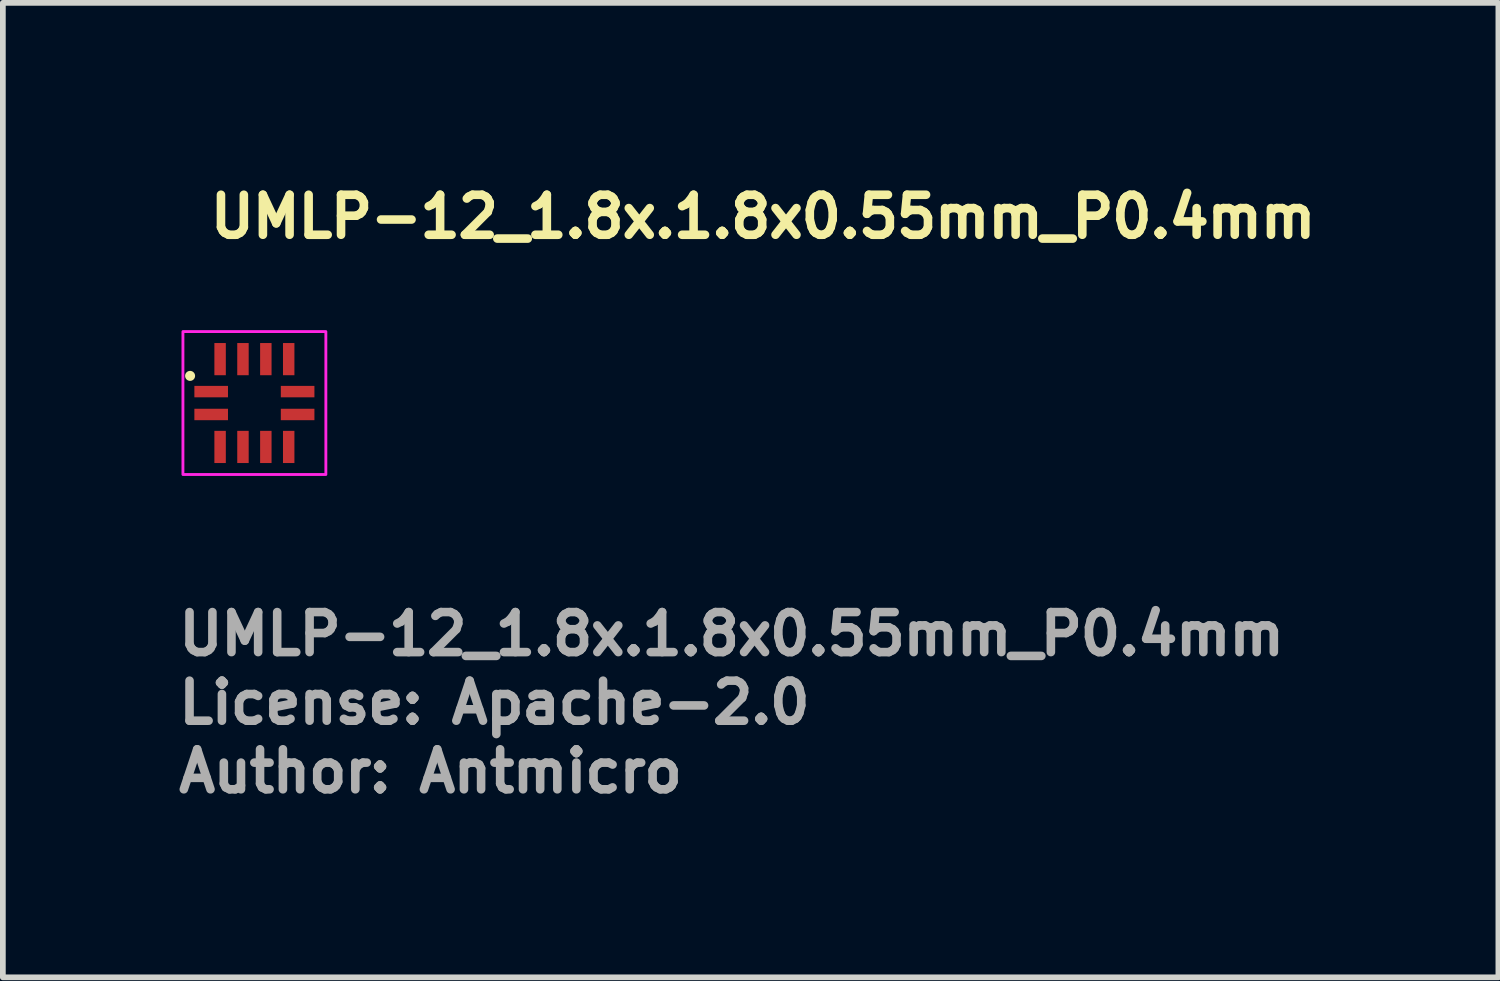
<source format=kicad_pcb>
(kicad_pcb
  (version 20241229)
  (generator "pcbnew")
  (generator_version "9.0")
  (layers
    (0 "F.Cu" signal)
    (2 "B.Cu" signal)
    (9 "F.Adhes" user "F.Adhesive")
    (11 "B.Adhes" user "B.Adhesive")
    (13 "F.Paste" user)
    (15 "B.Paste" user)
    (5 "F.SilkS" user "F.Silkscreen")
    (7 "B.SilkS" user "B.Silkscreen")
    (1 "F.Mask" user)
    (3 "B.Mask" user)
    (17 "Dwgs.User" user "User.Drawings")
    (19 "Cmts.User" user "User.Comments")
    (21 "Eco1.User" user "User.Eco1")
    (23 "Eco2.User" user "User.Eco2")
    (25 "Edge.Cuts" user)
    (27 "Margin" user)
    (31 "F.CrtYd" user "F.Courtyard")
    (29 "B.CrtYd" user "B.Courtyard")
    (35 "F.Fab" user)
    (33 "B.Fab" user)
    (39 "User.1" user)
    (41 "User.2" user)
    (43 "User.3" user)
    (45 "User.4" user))
  (footprint "UMLP-12_1.8x.1.8x0.55mm_P0.4mm"
    (layer "F.Cu")
    (at 1.4 4)
    (property "Reference" "UMLP-12_1.8x.1.8x0.55mm_P0.4mm" (at -0.85 -2.85 0) (layer "F.SilkS") (effects (font (size 0.7 0.7) (thickness 0.15)) (justify left bottom)))
    (attr smd)
    (fp_circle (center -1.125 -0.475) (end -1.075 -0.475) (stroke (width 0.075) (type solid)) (fill yes) (layer "F.SilkS"))
    (fp_rect (start -1.25 -1.25) (end 1.25 1.25) (stroke (width 0.05) (type solid)) (fill no) (layer "F.CrtYd"))
    (fp_rect (start -0.95 -0.95) (end 0.95 0.95) (stroke (width 0.1) (type solid)) (fill no) (layer "User.5"))
    (fp_line (start -0.95 -0.3) (end -0.9 -0.3) (stroke (width 0.02) (type solid)) (layer "User.9"))
    (fp_line (start -0.95 -0.1) (end -0.95 -0.3) (stroke (width 0.02) (type solid)) (layer "User.9"))
    (fp_line (start -0.95 -0.1) (end -0.9 -0.1) (stroke (width 0.02) (type solid)) (layer "User.9"))
    (fp_line (start -0.95 0.1) (end -0.9 0.1) (stroke (width 0.02) (type solid)) (layer "User.9"))
    (fp_line (start -0.95 0.3) (end -0.95 0.1) (stroke (width 0.02) (type solid)) (layer "User.9"))
    (fp_line (start -0.95 0.3) (end -0.9 0.3) (stroke (width 0.02) (type solid)) (layer "User.9"))
    (fp_line (start -0.9 -0.9) (end 0.9 -0.9) (stroke (width 0.02) (type solid)) (layer "User.9"))
    (fp_line (start -0.9 0.9) (end -0.9 -0.9) (stroke (width 0.02) (type solid)) (layer "User.9"))
    (fp_line (start -0.9 0.9) (end 0.9 0.9) (stroke (width 0.02) (type solid)) (layer "User.9"))
    (fp_line (start -0.788 -0.675) (end -0.784 -0.646) (stroke (width 0.02) (type solid)) (layer "User.9"))
    (fp_line (start -0.784 -0.704) (end -0.788 -0.675) (stroke (width 0.02) (type solid)) (layer "User.9"))
    (fp_line (start -0.784 -0.646) (end -0.772 -0.619) (stroke (width 0.02) (type solid)) (layer "User.9"))
    (fp_line (start -0.772 -0.731) (end -0.784 -0.704) (stroke (width 0.02) (type solid)) (layer "User.9"))
    (fp_line (start -0.772 -0.619) (end -0.755 -0.595) (stroke (width 0.02) (type solid)) (layer "User.9"))
    (fp_line (start -0.755 -0.755) (end -0.772 -0.731) (stroke (width 0.02) (type solid)) (layer "User.9"))
    (fp_line (start -0.755 -0.595) (end -0.731 -0.578) (stroke (width 0.02) (type solid)) (layer "User.9"))
    (fp_line (start -0.731 -0.772) (end -0.755 -0.755) (stroke (width 0.02) (type solid)) (layer "User.9"))
    (fp_line (start -0.731 -0.578) (end -0.704 -0.566) (stroke (width 0.02) (type solid)) (layer "User.9"))
    (fp_line (start -0.704 -0.784) (end -0.731 -0.772) (stroke (width 0.02) (type solid)) (layer "User.9"))
    (fp_line (start -0.704 -0.566) (end -0.675 -0.562) (stroke (width 0.02) (type solid)) (layer "User.9"))
    (fp_line (start -0.7 -0.95) (end -0.5 -0.95) (stroke (width 0.02) (type solid)) (layer "User.9"))
    (fp_line (start -0.7 -0.9) (end -0.7 -0.95) (stroke (width 0.02) (type solid)) (layer "User.9"))
    (fp_line (start -0.7 0.95) (end -0.7 0.9) (stroke (width 0.02) (type solid)) (layer "User.9"))
    (fp_line (start -0.7 0.95) (end -0.5 0.95) (stroke (width 0.02) (type solid)) (layer "User.9"))
    (fp_line (start -0.675 -0.788) (end -0.704 -0.784) (stroke (width 0.02) (type solid)) (layer "User.9"))
    (fp_line (start -0.675 -0.562) (end -0.646 -0.566) (stroke (width 0.02) (type solid)) (layer "User.9"))
    (fp_line (start -0.646 -0.784) (end -0.675 -0.788) (stroke (width 0.02) (type solid)) (layer "User.9"))
    (fp_line (start -0.646 -0.566) (end -0.619 -0.578) (stroke (width 0.02) (type solid)) (layer "User.9"))
    (fp_line (start -0.619 -0.772) (end -0.646 -0.784) (stroke (width 0.02) (type solid)) (layer "User.9"))
    (fp_line (start -0.619 -0.578) (end -0.595 -0.595) (stroke (width 0.02) (type solid)) (layer "User.9"))
    (fp_line (start -0.595 -0.755) (end -0.619 -0.772) (stroke (width 0.02) (type solid)) (layer "User.9"))
    (fp_line (start -0.595 -0.595) (end -0.578 -0.619) (stroke (width 0.02) (type solid)) (layer "User.9"))
    (fp_line (start -0.578 -0.731) (end -0.595 -0.755) (stroke (width 0.02) (type solid)) (layer "User.9"))
    (fp_line (start -0.578 -0.619) (end -0.566 -0.646) (stroke (width 0.02) (type solid)) (layer "User.9"))
    (fp_line (start -0.566 -0.704) (end -0.578 -0.731) (stroke (width 0.02) (type solid)) (layer "User.9"))
    (fp_line (start -0.566 -0.646) (end -0.562 -0.675) (stroke (width 0.02) (type solid)) (layer "User.9"))
    (fp_line (start -0.562 -0.675) (end -0.566 -0.704) (stroke (width 0.02) (type solid)) (layer "User.9"))
    (fp_line (start -0.5 -0.9) (end -0.5 -0.95) (stroke (width 0.02) (type solid)) (layer "User.9"))
    (fp_line (start -0.5 0.95) (end -0.5 0.9) (stroke (width 0.02) (type solid)) (layer "User.9"))
    (fp_line (start -0.3 -0.95) (end -0.1 -0.95) (stroke (width 0.02) (type solid)) (layer "User.9"))
    (fp_line (start -0.3 -0.9) (end -0.3 -0.95) (stroke (width 0.02) (type solid)) (layer "User.9"))
    (fp_line (start -0.3 0.95) (end -0.3 0.9) (stroke (width 0.02) (type solid)) (layer "User.9"))
    (fp_line (start -0.3 0.95) (end -0.1 0.95) (stroke (width 0.02) (type solid)) (layer "User.9"))
    (fp_line (start -0.1 -0.9) (end -0.1 -0.95) (stroke (width 0.02) (type solid)) (layer "User.9"))
    (fp_line (start -0.1 0.95) (end -0.1 0.9) (stroke (width 0.02) (type solid)) (layer "User.9"))
    (fp_line (start 0.1 -0.95) (end 0.3 -0.95) (stroke (width 0.02) (type solid)) (layer "User.9"))
    (fp_line (start 0.1 -0.9) (end 0.1 -0.95) (stroke (width 0.02) (type solid)) (layer "User.9"))
    (fp_line (start 0.1 0.95) (end 0.1 0.9) (stroke (width 0.02) (type solid)) (layer "User.9"))
    (fp_line (start 0.1 0.95) (end 0.3 0.95) (stroke (width 0.02) (type solid)) (layer "User.9"))
    (fp_line (start 0.3 -0.9) (end 0.3 -0.95) (stroke (width 0.02) (type solid)) (layer "User.9"))
    (fp_line (start 0.3 0.95) (end 0.3 0.9) (stroke (width 0.02) (type solid)) (layer "User.9"))
    (fp_line (start 0.5 -0.95) (end 0.7 -0.95) (stroke (width 0.02) (type solid)) (layer "User.9"))
    (fp_line (start 0.5 -0.9) (end 0.5 -0.95) (stroke (width 0.02) (type solid)) (layer "User.9"))
    (fp_line (start 0.5 0.95) (end 0.5 0.9) (stroke (width 0.02) (type solid)) (layer "User.9"))
    (fp_line (start 0.5 0.95) (end 0.7 0.95) (stroke (width 0.02) (type solid)) (layer "User.9"))
    (fp_line (start 0.7 -0.9) (end 0.7 -0.95) (stroke (width 0.02) (type solid)) (layer "User.9"))
    (fp_line (start 0.7 0.95) (end 0.7 0.9) (stroke (width 0.02) (type solid)) (layer "User.9"))
    (fp_line (start 0.9 -0.3) (end 0.95 -0.3) (stroke (width 0.02) (type solid)) (layer "User.9"))
    (fp_line (start 0.9 -0.1) (end 0.95 -0.1) (stroke (width 0.02) (type solid)) (layer "User.9"))
    (fp_line (start 0.9 0.1) (end 0.95 0.1) (stroke (width 0.02) (type solid)) (layer "User.9"))
    (fp_line (start 0.9 0.3) (end 0.95 0.3) (stroke (width 0.02) (type solid)) (layer "User.9"))
    (fp_line (start 0.9 0.9) (end 0.9 -0.9) (stroke (width 0.02) (type solid)) (layer "User.9"))
    (fp_line (start 0.95 -0.1) (end 0.95 -0.3) (stroke (width 0.02) (type solid)) (layer "User.9"))
    (fp_line (start 0.95 0.3) (end 0.95 0.1) (stroke (width 0.02) (type solid)) (layer "User.9"))
    (fp_text user "${REFERENCE}" (at -1.4 4.45 0) (layer "F.Fab") (effects (font (size 0.7 0.7) (thickness 0.15)) (justify left bottom)))
    (fp_text user "License: Apache-2.0" (at -1.4 5.65 0) (layer "F.Fab") (effects (font (size 0.7 0.7) (thickness 0.15)) (justify left bottom)))
    (fp_text user "Author: Antmicro" (at -1.4 6.85 0) (layer "F.Fab") (effects (font (size 0.7 0.7) (thickness 0.15)) (justify left bottom)))
    (pad "1" smd rect (at -0.756 -0.2 90) (size 0.2 0.588) (layers "F.Cu" "F.Mask" "F.Paste"))
    (pad "2" smd rect (at -0.756 0.2 90) (size 0.2 0.588) (layers "F.Cu" "F.Mask" "F.Paste"))
    (pad "3" smd rect (at -0.6 0.768) (size 0.2 0.563) (layers "F.Cu" "F.Mask" "F.Paste"))
    (pad "4" smd rect (at -0.2 0.768) (size 0.2 0.563) (layers "F.Cu" "F.Mask" "F.Paste"))
    (pad "5" smd rect (at 0.2 0.768) (size 0.2 0.563) (layers "F.Cu" "F.Mask" "F.Paste"))
    (pad "6" smd rect (at 0.6 0.768) (size 0.2 0.563) (layers "F.Cu" "F.Mask" "F.Paste"))
    (pad "7" smd rect (at 0.756 0.2 90) (size 0.2 0.588) (layers "F.Cu" "F.Mask" "F.Paste"))
    (pad "8" smd rect (at 0.756 -0.2 90) (size 0.2 0.588) (layers "F.Cu" "F.Mask" "F.Paste"))
    (pad "9" smd rect (at 0.6 -0.768) (size 0.2 0.563) (layers "F.Cu" "F.Mask" "F.Paste"))
    (pad "10" smd rect (at 0.2 -0.768) (size 0.2 0.563) (layers "F.Cu" "F.Mask" "F.Paste"))
    (pad "11" smd rect (at -0.2 -0.768) (size 0.2 0.563) (layers "F.Cu" "F.Mask" "F.Paste"))
    (pad "12" smd rect (at -0.6 -0.768) (size 0.2 0.563) (layers "F.Cu" "F.Mask" "F.Paste")))
  (gr_rect
    (start -3 -3)
    (end 23.16 14.046)
    (stroke (width 0.1) (type default))
    (fill no)
    (layer "Edge.Cuts")))
</source>
